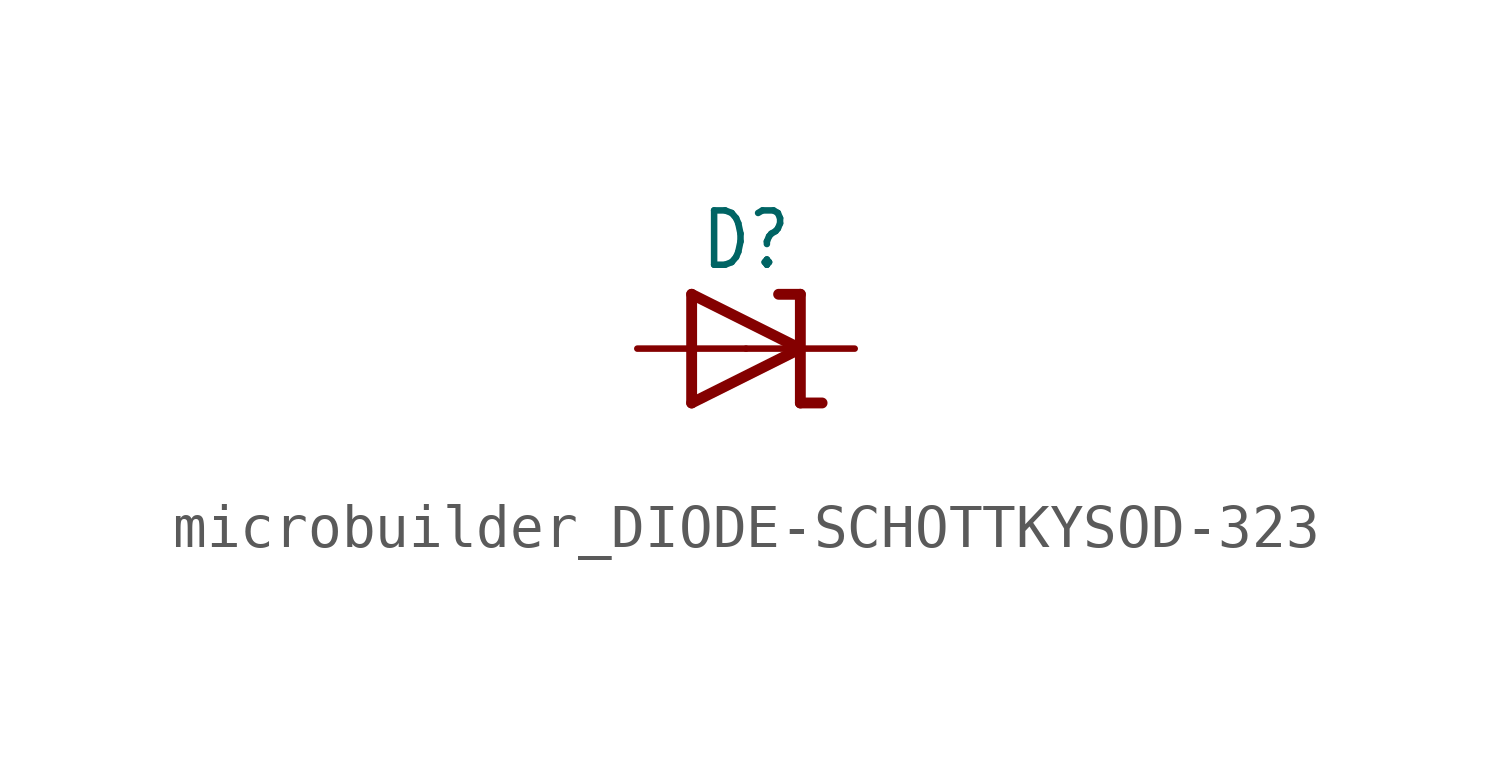
<source format=kicad_sym>
(kicad_symbol_lib
  (version 20231120)
  (generator "kicad_symbol_editor")
  (generator_version "8.0")
  (symbol "microbuilder_DIODE-SCHOTTKYSOD-323"
    (property "Reference" "D"
      (at 0 2.54 0)
      (effects (font (size 1.27 1.079))))
    (property "Value" ""
      (at 0 -2.5 0)
      (effects (font (size 1.27 1.079))))
    (property "ki_locked" ""
      (at 0 0 0)
      (effects (font (size 1.27 1.27))))
    (symbol "microbuilder_DIODE-SCHOTTKYSOD-323_1_0"
      (polyline (pts (xy -1.27 -1.27) (xy 1.27 0)) (stroke (width 0.254) (type solid)) (fill (type none)))
      (polyline (pts (xy -1.27 1.27) (xy -1.27 -1.27)) (stroke (width 0.254) (type solid)) (fill (type none)))
      (polyline (pts (xy 1.27 -1.27) (xy 1.778 -1.27)) (stroke (width 0.254) (type solid)) (fill (type none)))
      (polyline (pts (xy 1.27 0) (xy -1.27 1.27)) (stroke (width 0.254) (type solid)) (fill (type none)))
      (polyline (pts (xy 1.27 0) (xy 1.27 -1.27)) (stroke (width 0.254) (type solid)) (fill (type none)))
      (polyline (pts (xy 1.27 1.27) (xy 0.762 1.27)) (stroke (width 0.254) (type solid)) (fill (type none)))
      (polyline (pts (xy 1.27 1.27) (xy 1.27 0)) (stroke (width 0.254) (type solid)) (fill (type none)))
      (pin passive line (at -2.54 0 0) (length 2.54) (name "A" (effects (font (size 0 0)))) (number "A" (effects (font (size 0 0)))))
      (pin passive line (at 2.54 0 180) (length 2.54) (name "C" (effects (font (size 0 0)))) (number "C" (effects (font (size 0 0))))))))
</source>
